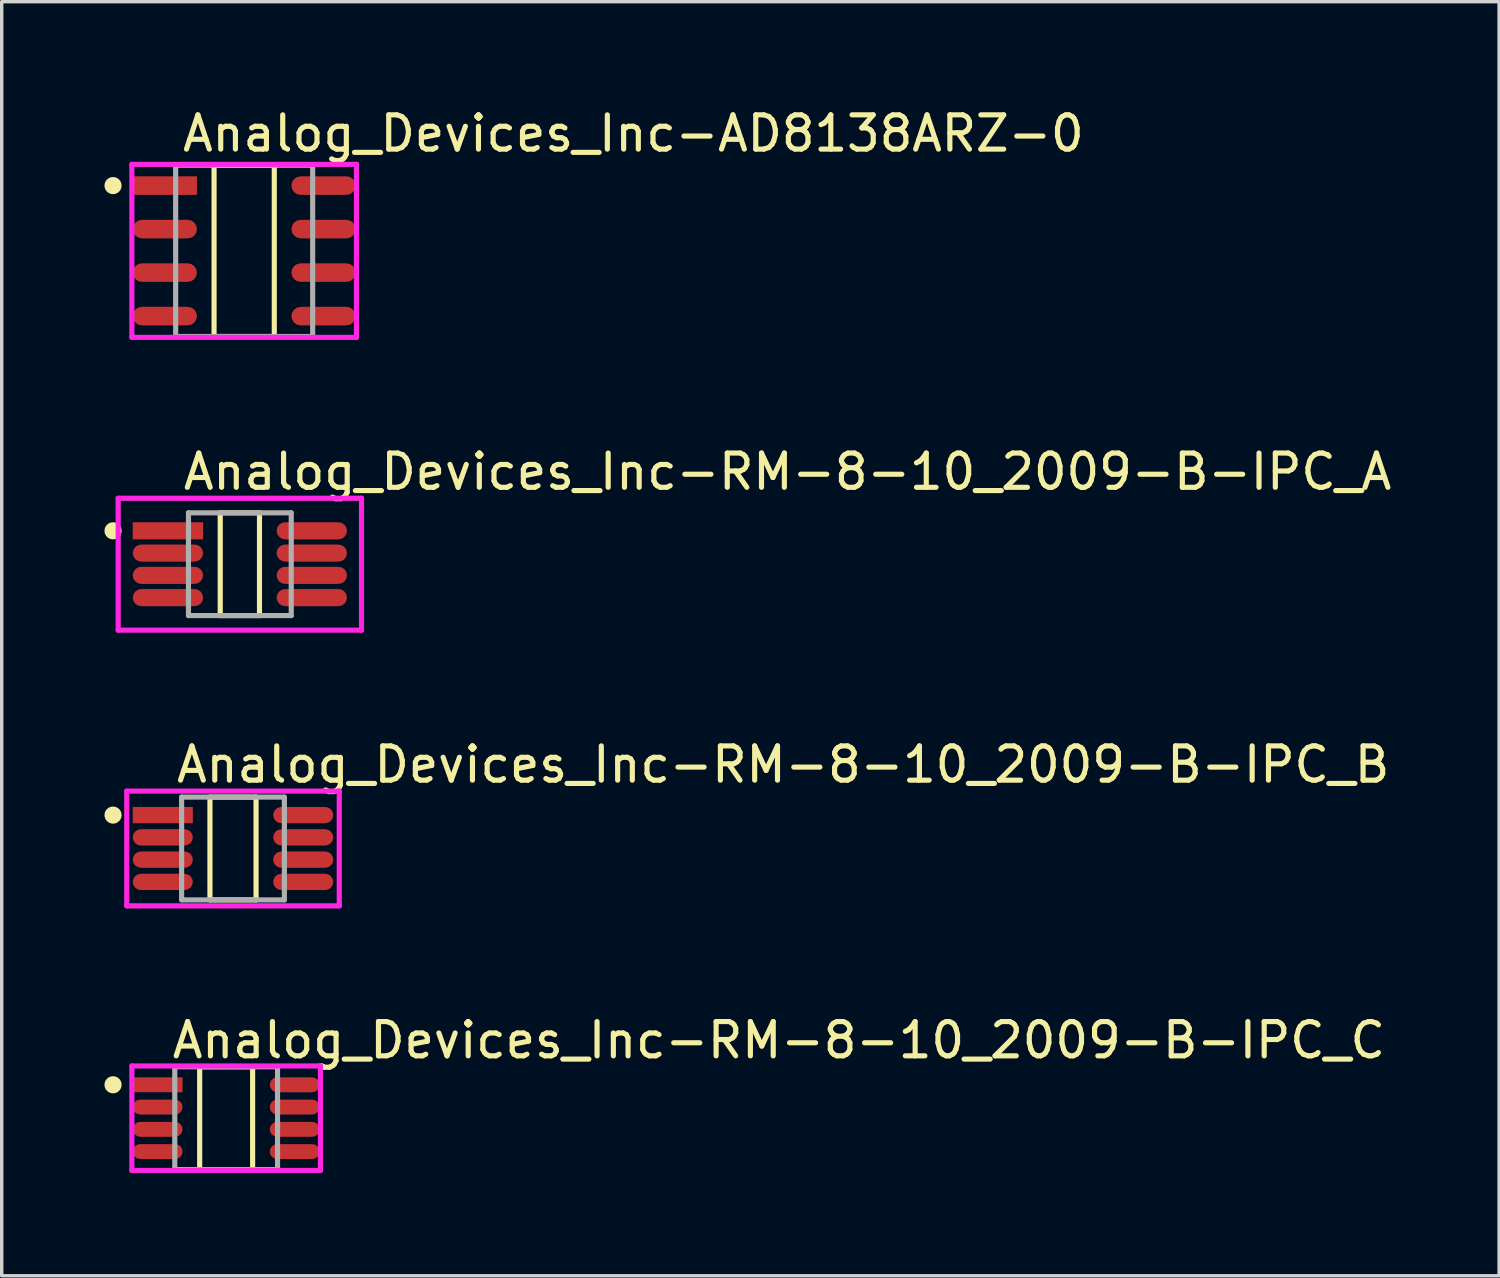
<source format=kicad_pcb>
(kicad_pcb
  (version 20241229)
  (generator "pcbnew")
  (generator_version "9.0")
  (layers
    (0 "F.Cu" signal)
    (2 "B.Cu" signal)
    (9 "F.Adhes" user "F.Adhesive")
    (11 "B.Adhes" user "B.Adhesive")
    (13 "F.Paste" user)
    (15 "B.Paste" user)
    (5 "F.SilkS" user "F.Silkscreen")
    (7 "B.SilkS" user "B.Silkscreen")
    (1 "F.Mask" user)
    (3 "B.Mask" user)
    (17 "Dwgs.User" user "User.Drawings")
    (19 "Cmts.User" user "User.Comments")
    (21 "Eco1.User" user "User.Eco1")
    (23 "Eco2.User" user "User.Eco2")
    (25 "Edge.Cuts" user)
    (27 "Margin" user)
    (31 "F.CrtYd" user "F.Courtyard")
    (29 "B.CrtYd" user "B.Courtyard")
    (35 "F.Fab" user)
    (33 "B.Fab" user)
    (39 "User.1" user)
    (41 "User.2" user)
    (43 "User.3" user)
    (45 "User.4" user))
  (footprint "Analog_Devices_Inc-AD8138ARZ-0"
    (layer "F.Cu")
    (at 4.078 4.273)
    (property "Reference" "Analog_Devices_Inc-AD8138ARZ-0" (at -1.878 -3.425 0) (layer "F.SilkS") (effects (font (size 1 1) (thickness 0.15)) (justify left)))
    (attr through_hole)
    (fp_line (start -0.879 -2.5) (end 0.879 -2.5) (stroke (width 0.15) (type solid)) (layer "F.SilkS"))
    (fp_line (start -0.879 2.5) (end -0.879 -2.5) (stroke (width 0.15) (type solid)) (layer "F.SilkS"))
    (fp_line (start 0.879 -2.5) (end 0.879 2.5) (stroke (width 0.15) (type solid)) (layer "F.SilkS"))
    (fp_line (start 0.879 2.5) (end -0.879 2.5) (stroke (width 0.15) (type solid)) (layer "F.SilkS"))
    (fp_circle (center -3.828 -1.905) (end -3.703 -1.905) (stroke (width 0.25) (type solid)) (fill no) (layer "F.SilkS"))
    (fp_line (start -3.278 -2.525) (end -3.278 2.525) (stroke (width 0.15) (type solid)) (layer "F.CrtYd"))
    (fp_line (start -3.278 2.525) (end 3.278 2.525) (stroke (width 0.15) (type solid)) (layer "F.CrtYd"))
    (fp_line (start 3.278 -2.525) (end -3.278 -2.525) (stroke (width 0.15) (type solid)) (layer "F.CrtYd"))
    (fp_line (start 3.278 -2.525) (end 3.278 -2.525) (stroke (width 0.15) (type solid)) (layer "F.CrtYd"))
    (fp_line (start 3.278 2.525) (end 3.278 -2.525) (stroke (width 0.15) (type solid)) (layer "F.CrtYd"))
    (fp_line (start -2 -2.5) (end 2 -2.5) (stroke (width 0.15) (type solid)) (layer "F.Fab"))
    (fp_line (start -2 2.5) (end -2 -2.5) (stroke (width 0.15) (type solid)) (layer "F.Fab"))
    (fp_line (start 2 -2.5) (end 2 2.5) (stroke (width 0.15) (type solid)) (layer "F.Fab"))
    (fp_line (start 2 2.5) (end -2 2.5) (stroke (width 0.15) (type solid)) (layer "F.Fab"))
    (pad "1" smd rect (at -2.316 -1.905) (size 1.874 0.542) (layers "F.Cu" "F.Mask" "F.Paste"))
    (pad "2" smd roundrect (at -2.316 -0.635) (size 1.874 0.542) (layers "F.Cu" "F.Mask" "F.Paste") (roundrect_rratio 0.5))
    (pad "3" smd roundrect (at -2.316 0.635) (size 1.874 0.542) (layers "F.Cu" "F.Mask" "F.Paste") (roundrect_rratio 0.5))
    (pad "4" smd roundrect (at -2.316 1.905) (size 1.874 0.542) (layers "F.Cu" "F.Mask" "F.Paste") (roundrect_rratio 0.5))
    (pad "5" smd roundrect (at 2.316 1.905) (size 1.874 0.542) (layers "F.Cu" "F.Mask" "F.Paste") (roundrect_rratio 0.5))
    (pad "6" smd roundrect (at 2.316 0.635) (size 1.874 0.542) (layers "F.Cu" "F.Mask" "F.Paste") (roundrect_rratio 0.5))
    (pad "7" smd roundrect (at 2.316 -0.635) (size 1.874 0.542) (layers "F.Cu" "F.Mask" "F.Paste") (roundrect_rratio 0.5))
    (pad "8" smd roundrect (at 2.316 -1.905) (size 1.874 0.542) (layers "F.Cu" "F.Mask" "F.Paste") (roundrect_rratio 0.5)))
  (footprint "Analog_Devices_Inc-RM-8-10_2009-B-IPC_B"
    (layer "F.Cu")
    (at 3.752 21.72)
    (property "Reference" "Analog_Devices_Inc-RM-8-10_2009-B-IPC_B" (at -1.727 -2.45 0) (layer "F.SilkS") (effects (font (size 1 1) (thickness 0.15)) (justify left)))
    (attr through_hole)
    (fp_line (start -0.673 -1.5) (end 0.673 -1.5) (stroke (width 0.15) (type solid)) (layer "F.SilkS"))
    (fp_line (start -0.673 1.5) (end -0.673 -1.5) (stroke (width 0.15) (type solid)) (layer "F.SilkS"))
    (fp_line (start 0.673 -1.5) (end 0.673 1.5) (stroke (width 0.15) (type solid)) (layer "F.SilkS"))
    (fp_line (start 0.673 1.5) (end -0.673 1.5) (stroke (width 0.15) (type solid)) (layer "F.SilkS"))
    (fp_circle (center -3.502 -0.975) (end -3.377 -0.975) (stroke (width 0.25) (type solid)) (fill no) (layer "F.SilkS"))
    (fp_line (start -3.102 -1.675) (end -3.102 1.675) (stroke (width 0.15) (type solid)) (layer "F.CrtYd"))
    (fp_line (start -3.102 1.675) (end 3.102 1.675) (stroke (width 0.15) (type solid)) (layer "F.CrtYd"))
    (fp_line (start 3.102 -1.675) (end -3.102 -1.675) (stroke (width 0.15) (type solid)) (layer "F.CrtYd"))
    (fp_line (start 3.102 -1.675) (end 3.102 -1.675) (stroke (width 0.15) (type solid)) (layer "F.CrtYd"))
    (fp_line (start 3.102 1.675) (end 3.102 -1.675) (stroke (width 0.15) (type solid)) (layer "F.CrtYd"))
    (fp_line (start -1.5 -1.5) (end 1.5 -1.5) (stroke (width 0.15) (type solid)) (layer "F.Fab"))
    (fp_line (start -1.5 1.5) (end -1.5 -1.5) (stroke (width 0.15) (type solid)) (layer "F.Fab"))
    (fp_line (start 1.5 -1.5) (end 1.5 1.5) (stroke (width 0.15) (type solid)) (layer "F.Fab"))
    (fp_line (start 1.5 1.5) (end -1.5 1.5) (stroke (width 0.15) (type solid)) (layer "F.Fab"))
    (pad "1" smd rect (at -2.05 -0.975) (size 1.754 0.476) (layers "F.Cu" "F.Mask" "F.Paste"))
    (pad "2" smd roundrect (at -2.05 -0.325) (size 1.754 0.476) (layers "F.Cu" "F.Mask" "F.Paste") (roundrect_rratio 0.5))
    (pad "3" smd roundrect (at -2.05 0.325) (size 1.754 0.476) (layers "F.Cu" "F.Mask" "F.Paste") (roundrect_rratio 0.5))
    (pad "4" smd roundrect (at -2.05 0.975) (size 1.754 0.476) (layers "F.Cu" "F.Mask" "F.Paste") (roundrect_rratio 0.5))
    (pad "5" smd roundrect (at 2.05 0.975) (size 1.754 0.476) (layers "F.Cu" "F.Mask" "F.Paste") (roundrect_rratio 0.5))
    (pad "6" smd roundrect (at 2.05 0.325) (size 1.754 0.476) (layers "F.Cu" "F.Mask" "F.Paste") (roundrect_rratio 0.5))
    (pad "7" smd roundrect (at 2.05 -0.325) (size 1.754 0.476) (layers "F.Cu" "F.Mask" "F.Paste") (roundrect_rratio 0.5))
    (pad "8" smd roundrect (at 2.05 -0.975) (size 1.754 0.476) (layers "F.Cu" "F.Mask" "F.Paste") (roundrect_rratio 0.5)))
  (footprint "Analog_Devices_Inc-RM-8-10_2009-B-IPC_C"
    (layer "F.Cu")
    (at 3.552 29.593)
    (property "Reference" "Analog_Devices_Inc-RM-8-10_2009-B-IPC_C" (at -1.652 -2.275 0) (layer "F.SilkS") (effects (font (size 1 1) (thickness 0.15)) (justify left)))
    (attr through_hole)
    (fp_line (start -0.773 -1.5) (end 0.773 -1.5) (stroke (width 0.15) (type solid)) (layer "F.SilkS"))
    (fp_line (start -0.773 1.5) (end -0.773 -1.5) (stroke (width 0.15) (type solid)) (layer "F.SilkS"))
    (fp_line (start 0.773 -1.5) (end 0.773 1.5) (stroke (width 0.15) (type solid)) (layer "F.SilkS"))
    (fp_line (start 0.773 1.5) (end -0.773 1.5) (stroke (width 0.15) (type solid)) (layer "F.SilkS"))
    (fp_circle (center -3.302 -0.975) (end -3.177 -0.975) (stroke (width 0.25) (type solid)) (fill no) (layer "F.SilkS"))
    (fp_line (start -2.752 -1.525) (end -2.752 1.525) (stroke (width 0.15) (type solid)) (layer "F.CrtYd"))
    (fp_line (start -2.752 1.525) (end 2.752 1.525) (stroke (width 0.15) (type solid)) (layer "F.CrtYd"))
    (fp_line (start 2.752 -1.525) (end -2.752 -1.525) (stroke (width 0.15) (type solid)) (layer "F.CrtYd"))
    (fp_line (start 2.752 -1.525) (end 2.752 -1.525) (stroke (width 0.15) (type solid)) (layer "F.CrtYd"))
    (fp_line (start 2.752 1.525) (end 2.752 -1.525) (stroke (width 0.15) (type solid)) (layer "F.CrtYd"))
    (fp_line (start -1.5 -1.5) (end 1.5 -1.5) (stroke (width 0.15) (type solid)) (layer "F.Fab"))
    (fp_line (start -1.5 1.5) (end -1.5 -1.5) (stroke (width 0.15) (type solid)) (layer "F.Fab"))
    (fp_line (start 1.5 -1.5) (end 1.5 1.5) (stroke (width 0.15) (type solid)) (layer "F.Fab"))
    (fp_line (start 1.5 1.5) (end -1.5 1.5) (stroke (width 0.15) (type solid)) (layer "F.Fab"))
    (pad "1" smd rect (at -2 -0.975) (size 1.454 0.436) (layers "F.Cu" "F.Mask" "F.Paste"))
    (pad "2" smd roundrect (at -2 -0.325) (size 1.454 0.436) (layers "F.Cu" "F.Mask" "F.Paste") (roundrect_rratio 0.5))
    (pad "3" smd roundrect (at -2 0.325) (size 1.454 0.436) (layers "F.Cu" "F.Mask" "F.Paste") (roundrect_rratio 0.5))
    (pad "4" smd roundrect (at -2 0.975) (size 1.454 0.436) (layers "F.Cu" "F.Mask" "F.Paste") (roundrect_rratio 0.5))
    (pad "5" smd roundrect (at 2 0.975) (size 1.454 0.436) (layers "F.Cu" "F.Mask" "F.Paste") (roundrect_rratio 0.5))
    (pad "6" smd roundrect (at 2 0.325) (size 1.454 0.436) (layers "F.Cu" "F.Mask" "F.Paste") (roundrect_rratio 0.5))
    (pad "7" smd roundrect (at 2 -0.325) (size 1.454 0.436) (layers "F.Cu" "F.Mask" "F.Paste") (roundrect_rratio 0.5))
    (pad "8" smd roundrect (at 2 -0.975) (size 1.454 0.436) (layers "F.Cu" "F.Mask" "F.Paste") (roundrect_rratio 0.5)))
  (footprint "Analog_Devices_Inc-RM-8-10_2009-B-IPC_A"
    (layer "F.Cu")
    (at 3.952 13.421)
    (property "Reference" "Analog_Devices_Inc-RM-8-10_2009-B-IPC_A" (at -1.727 -2.7 0) (layer "F.SilkS") (effects (font (size 1 1) (thickness 0.15)) (justify left)))
    (attr through_hole)
    (fp_line (start -0.573 -1.5) (end 0.573 -1.5) (stroke (width 0.15) (type solid)) (layer "F.SilkS"))
    (fp_line (start -0.573 1.5) (end -0.573 -1.5) (stroke (width 0.15) (type solid)) (layer "F.SilkS"))
    (fp_line (start 0.573 -1.5) (end 0.573 1.5) (stroke (width 0.15) (type solid)) (layer "F.SilkS"))
    (fp_line (start 0.573 1.5) (end -0.573 1.5) (stroke (width 0.15) (type solid)) (layer "F.SilkS"))
    (fp_circle (center -3.702 -0.975) (end -3.577 -0.975) (stroke (width 0.25) (type solid)) (fill no) (layer "F.SilkS"))
    (fp_line (start -3.552 -1.925) (end -3.552 1.925) (stroke (width 0.15) (type solid)) (layer "F.CrtYd"))
    (fp_line (start -3.552 1.925) (end 3.552 1.925) (stroke (width 0.15) (type solid)) (layer "F.CrtYd"))
    (fp_line (start 3.552 -1.925) (end -3.552 -1.925) (stroke (width 0.15) (type solid)) (layer "F.CrtYd"))
    (fp_line (start 3.552 -1.925) (end 3.552 -1.925) (stroke (width 0.15) (type solid)) (layer "F.CrtYd"))
    (fp_line (start 3.552 1.925) (end 3.552 -1.925) (stroke (width 0.15) (type solid)) (layer "F.CrtYd"))
    (fp_line (start -1.5 -1.5) (end 1.5 -1.5) (stroke (width 0.15) (type solid)) (layer "F.Fab"))
    (fp_line (start -1.5 1.5) (end -1.5 -1.5) (stroke (width 0.15) (type solid)) (layer "F.Fab"))
    (fp_line (start 1.5 -1.5) (end 1.5 1.5) (stroke (width 0.15) (type solid)) (layer "F.Fab"))
    (fp_line (start 1.5 1.5) (end -1.5 1.5) (stroke (width 0.15) (type solid)) (layer "F.Fab"))
    (pad "1" smd rect (at -2.1 -0.975) (size 2.054 0.5) (layers "F.Cu" "F.Mask" "F.Paste"))
    (pad "2" smd roundrect (at -2.1 -0.325) (size 2.054 0.5) (layers "F.Cu" "F.Mask" "F.Paste") (roundrect_rratio 0.5))
    (pad "3" smd roundrect (at -2.1 0.325) (size 2.054 0.5) (layers "F.Cu" "F.Mask" "F.Paste") (roundrect_rratio 0.5))
    (pad "4" smd roundrect (at -2.1 0.975) (size 2.054 0.5) (layers "F.Cu" "F.Mask" "F.Paste") (roundrect_rratio 0.5))
    (pad "5" smd roundrect (at 2.1 0.975) (size 2.054 0.5) (layers "F.Cu" "F.Mask" "F.Paste") (roundrect_rratio 0.5))
    (pad "6" smd roundrect (at 2.1 0.325) (size 2.054 0.5) (layers "F.Cu" "F.Mask" "F.Paste") (roundrect_rratio 0.5))
    (pad "7" smd roundrect (at 2.1 -0.325) (size 2.054 0.5) (layers "F.Cu" "F.Mask" "F.Paste") (roundrect_rratio 0.5))
    (pad "8" smd roundrect (at 2.1 -0.975) (size 2.054 0.5) (layers "F.Cu" "F.Mask" "F.Paste") (roundrect_rratio 0.5)))
  (gr_rect
    (start -3 -3)
    (end 40.713 34.193)
    (stroke (width 0.1) (type default))
    (fill no)
    (layer "Edge.Cuts")))
</source>
